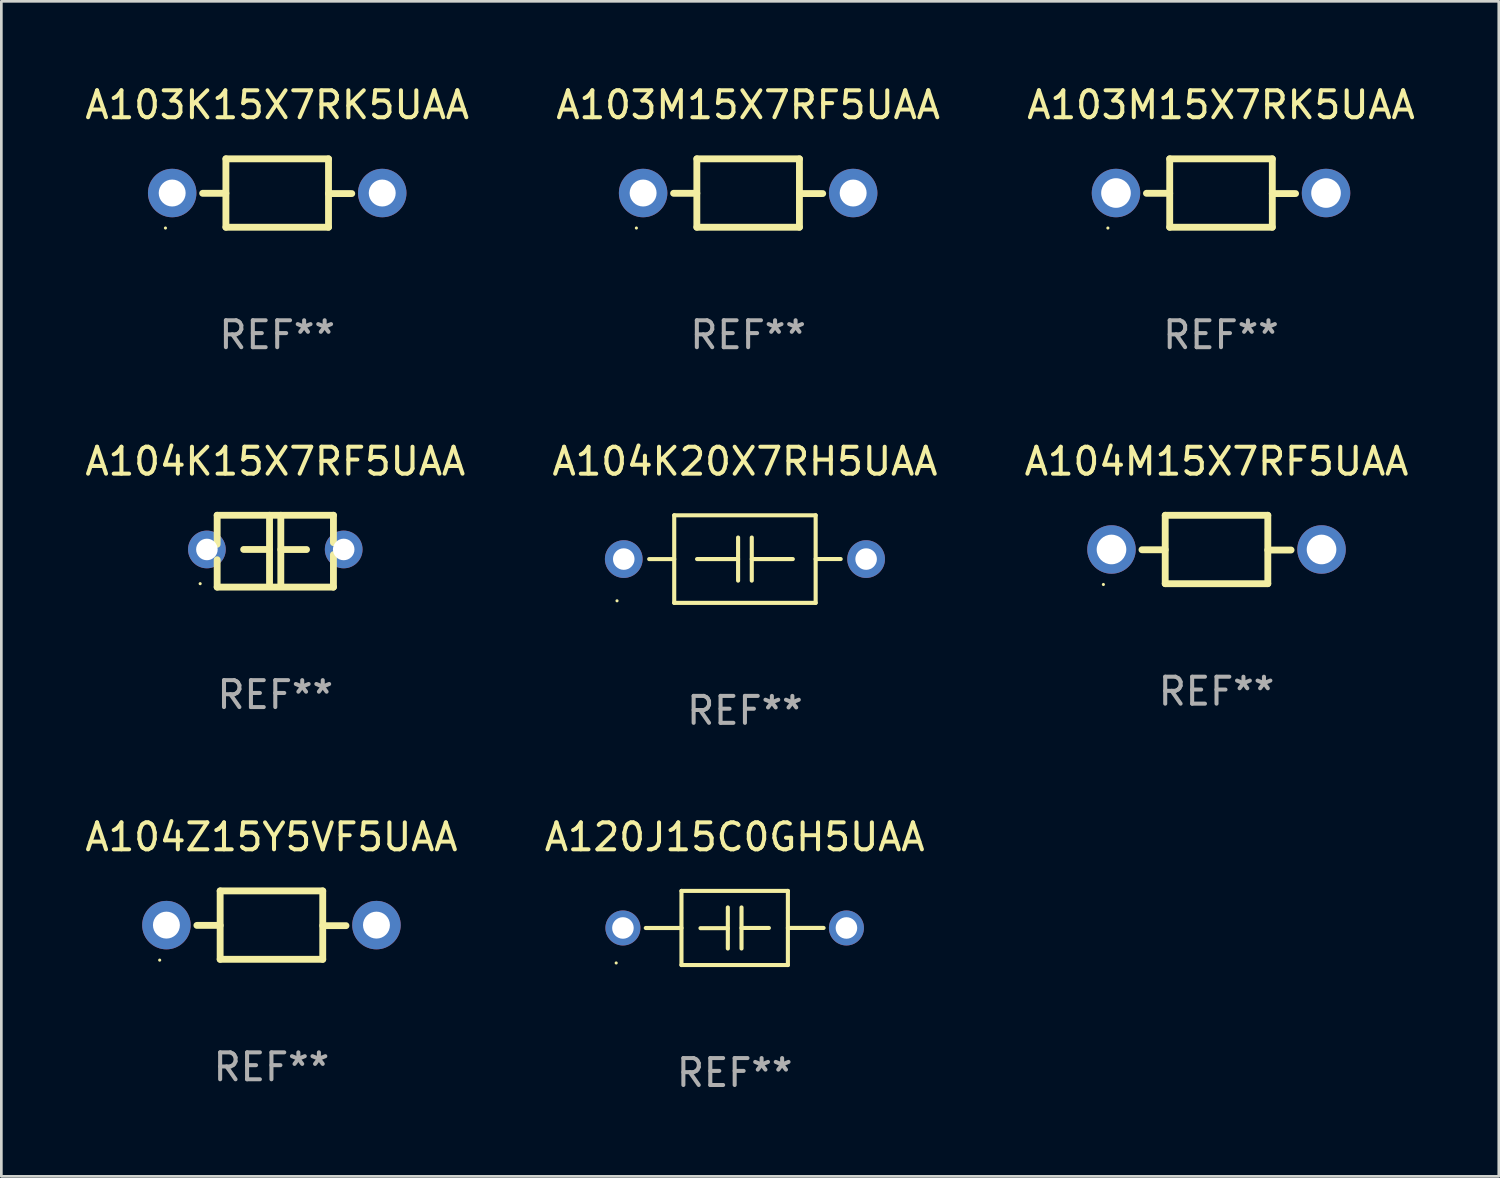
<source format=kicad_pcb>
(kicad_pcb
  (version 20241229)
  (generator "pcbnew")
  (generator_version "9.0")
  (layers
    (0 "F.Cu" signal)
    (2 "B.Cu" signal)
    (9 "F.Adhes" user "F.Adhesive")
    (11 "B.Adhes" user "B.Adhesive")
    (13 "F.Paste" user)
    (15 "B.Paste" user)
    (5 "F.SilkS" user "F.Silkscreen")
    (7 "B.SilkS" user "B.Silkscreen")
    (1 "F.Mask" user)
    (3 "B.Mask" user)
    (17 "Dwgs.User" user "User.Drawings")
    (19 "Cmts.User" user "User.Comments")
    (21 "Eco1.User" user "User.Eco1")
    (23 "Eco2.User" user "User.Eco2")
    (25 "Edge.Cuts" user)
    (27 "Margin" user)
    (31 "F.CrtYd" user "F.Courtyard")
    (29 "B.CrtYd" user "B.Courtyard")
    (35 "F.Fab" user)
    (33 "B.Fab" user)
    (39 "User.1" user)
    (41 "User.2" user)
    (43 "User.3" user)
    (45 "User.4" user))
  (footprint "A104M15X7RF5UAA"
    (layer "F.Cu")
    (at 42.125 17.355)
    (property "Reference" "A104M15X7RF5UAA" (at 0 -3.27 0) (layer "F.SilkS") (effects (font (size 1 1) (thickness 0.15))))
    (attr through_hole)
    (fp_line (start -1.905 -1.27) (end -1.905 1.27) (stroke (width 0.254) (type solid)) (layer "F.SilkS"))
    (fp_line (start -1.905 0.01) (end -2.769 0.01) (stroke (width 0.254) (type solid)) (layer "F.SilkS"))
    (fp_line (start -1.905 1.27) (end 1.905 1.27) (stroke (width 0.254) (type solid)) (layer "F.SilkS"))
    (fp_line (start 1.905 -1.27) (end -1.905 -1.27) (stroke (width 0.254) (type solid)) (layer "F.SilkS"))
    (fp_line (start 1.905 0.02) (end 2.769 0.02) (stroke (width 0.254) (type solid)) (layer "F.SilkS"))
    (fp_line (start 1.905 1.27) (end 1.905 -1.27) (stroke (width 0.254) (type solid)) (layer "F.SilkS"))
    (fp_circle (center -4.201 1.3) (end -4.171 1.3) (stroke (width 0.06) (type solid)) (fill no) (layer "F.SilkS"))
    (fp_text user "REF**" (at 0 5.27 0) (layer "F.Fab") (effects (font (size 1 1) (thickness 0.15))))
    (pad "1" thru_hole circle (at -3.9 0) (size 1.8 1.8) (drill 1.1) (layers "*.Cu" "*.Mask"))
    (pad "2" thru_hole circle (at 3.9 0) (size 1.8 1.8) (drill 1.1) (layers "*.Cu" "*.Mask")))
  (footprint "A104K20X7RH5UAA"
    (layer "F.Cu")
    (at 24.613 17.711)
    (property "Reference" "A104K20X7RH5UAA" (at 0 -3.626 0) (layer "F.SilkS") (effects (font (size 1 1) (thickness 0.15))))
    (attr through_hole)
    (fp_line (start -2.626 -1.626) (end 2.626 -1.626) (stroke (width 0.152) (type solid)) (layer "F.SilkS"))
    (fp_line (start -2.626 1.626) (end -2.626 -1.626) (stroke (width 0.152) (type solid)) (layer "F.SilkS"))
    (fp_line (start -2.626 0.001) (end -3.556 0.001) (stroke (width 0.152) (type solid)) (layer "F.SilkS"))
    (fp_line (start -0.254 -0.8) (end -0.254 0.8) (stroke (width 0.152) (type solid)) (layer "F.SilkS"))
    (fp_line (start -0.254 -0.000013) (end -1.778 -0.000013) (stroke (width 0.152) (type solid)) (layer "F.SilkS"))
    (fp_line (start 0.254 -0.000013) (end 1.778 -0.000013) (stroke (width 0.152) (type solid)) (layer "F.SilkS"))
    (fp_line (start 0.254 0.8) (end 0.254 -0.8) (stroke (width 0.152) (type solid)) (layer "F.SilkS"))
    (fp_line (start 2.626 -1.626) (end 2.626 1.626) (stroke (width 0.152) (type solid)) (layer "F.SilkS"))
    (fp_line (start 2.626 -0.001) (end 3.556 -0.001) (stroke (width 0.152) (type solid)) (layer "F.SilkS"))
    (fp_line (start 2.626 1.626) (end -2.626 1.626) (stroke (width 0.152) (type solid)) (layer "F.SilkS"))
    (fp_circle (center -4.75 1.55) (end -4.72 1.55) (stroke (width 0.06) (type solid)) (fill no) (layer "F.SilkS"))
    (fp_text user "REF**" (at 0 5.626 0) (layer "F.Fab") (effects (font (size 1 1) (thickness 0.15))))
    (pad "1" thru_hole circle (at -4.5 -0.000013) (size 1.4 1.4) (drill 0.8) (layers "*.Cu" "*.Mask"))
    (pad "2" thru_hole circle (at 4.5 -0.000013) (size 1.4 1.4) (drill 0.8) (layers "*.Cu" "*.Mask")))
  (footprint "A103M15X7RF5UAA"
    (layer "F.Cu")
    (at 24.732 4.118)
    (property "Reference" "A103M15X7RF5UAA" (at 0 -3.27 0) (layer "F.SilkS") (effects (font (size 1 1) (thickness 0.15))))
    (attr through_hole)
    (fp_line (start -1.905 -1.27) (end -1.905 1.27) (stroke (width 0.254) (type solid)) (layer "F.SilkS"))
    (fp_line (start -1.905 0.01) (end -2.769 0.01) (stroke (width 0.254) (type solid)) (layer "F.SilkS"))
    (fp_line (start -1.905 1.27) (end 1.905 1.27) (stroke (width 0.254) (type solid)) (layer "F.SilkS"))
    (fp_line (start 1.905 -1.27) (end -1.905 -1.27) (stroke (width 0.254) (type solid)) (layer "F.SilkS"))
    (fp_line (start 1.905 0.02) (end 2.769 0.02) (stroke (width 0.254) (type solid)) (layer "F.SilkS"))
    (fp_line (start 1.905 1.27) (end 1.905 -1.27) (stroke (width 0.254) (type solid)) (layer "F.SilkS"))
    (fp_circle (center -4.15 1.3) (end -4.12 1.3) (stroke (width 0.06) (type solid)) (fill no) (layer "F.SilkS"))
    (fp_text user "REF**" (at 0 5.27 0) (layer "F.Fab") (effects (font (size 1 1) (thickness 0.15))))
    (pad "1" thru_hole circle (at -3.9 0) (size 1.8 1.8) (drill 1) (layers "*.Cu" "*.Mask"))
    (pad "2" thru_hole circle (at 3.9 0) (size 1.8 1.8) (drill 1) (layers "*.Cu" "*.Mask")))
  (footprint "A104K15X7RF5UAA"
    (layer "F.Cu")
    (at 7.173 17.418)
    (property "Reference" "A104K15X7RF5UAA" (at 0 -3.334 0) (layer "F.SilkS") (effects (font (size 1 1) (thickness 0.15))))
    (attr through_hole)
    (fp_line (start -2.159 -1.334) (end 2.159 -1.334) (stroke (width 0.254) (type solid)) (layer "F.SilkS"))
    (fp_line (start -2.159 -0.256) (end -2.159 -1.334) (stroke (width 0.254) (type solid)) (layer "F.SilkS"))
    (fp_line (start -2.159 1.334) (end -2.159 0.318) (stroke (width 0.254) (type solid)) (layer "F.SilkS"))
    (fp_line (start -0.22 -0.064) (end -1.175 -0.064) (stroke (width 0.254) (type solid)) (layer "F.SilkS"))
    (fp_line (start -0.214 -1.334) (end -0.214 1.207) (stroke (width 0.254) (type solid)) (layer "F.SilkS"))
    (fp_line (start 0.205 -1.334) (end 0.205 1.207) (stroke (width 0.254) (type solid)) (layer "F.SilkS"))
    (fp_line (start 0.205 -0.061) (end 1.16 -0.061) (stroke (width 0.254) (type solid)) (layer "F.SilkS"))
    (fp_line (start 2.159 -1.334) (end 2.159 -0.318) (stroke (width 0.254) (type solid)) (layer "F.SilkS"))
    (fp_line (start 2.159 0.129) (end 2.159 1.334) (stroke (width 0.254) (type solid)) (layer "F.SilkS"))
    (fp_line (start 2.159 1.334) (end -2.159 1.334) (stroke (width 0.254) (type solid)) (layer "F.SilkS"))
    (fp_circle (center -2.79 1.207) (end -2.76 1.207) (stroke (width 0.06) (type solid)) (fill no) (layer "F.SilkS"))
    (fp_text user "REF**" (at 0 5.334 0) (layer "F.Fab") (effects (font (size 1 1) (thickness 0.15))))
    (pad "1" thru_hole circle (at -2.54 -0.064) (size 1.4 1.4) (drill 0.8) (layers "*.Cu" "*.Mask"))
    (pad "2" thru_hole circle (at 2.54 -0.064) (size 1.4 1.4) (drill 0.8) (layers "*.Cu" "*.Mask")))
  (footprint "A103K15X7RK5UAA"
    (layer "F.Cu")
    (at 7.244 4.118)
    (property "Reference" "A103K15X7RK5UAA" (at 0 -3.27 0) (layer "F.SilkS") (effects (font (size 1 1) (thickness 0.15))))
    (attr through_hole)
    (fp_line (start -1.905 -1.27) (end -1.905 1.27) (stroke (width 0.254) (type solid)) (layer "F.SilkS"))
    (fp_line (start -1.905 0.01) (end -2.769 0.01) (stroke (width 0.254) (type solid)) (layer "F.SilkS"))
    (fp_line (start -1.905 1.27) (end 1.905 1.27) (stroke (width 0.254) (type solid)) (layer "F.SilkS"))
    (fp_line (start 1.905 -1.27) (end -1.905 -1.27) (stroke (width 0.254) (type solid)) (layer "F.SilkS"))
    (fp_line (start 1.905 0.02) (end 2.769 0.02) (stroke (width 0.254) (type solid)) (layer "F.SilkS"))
    (fp_line (start 1.905 1.27) (end 1.905 -1.27) (stroke (width 0.254) (type solid)) (layer "F.SilkS"))
    (fp_circle (center -4.15 1.3) (end -4.12 1.3) (stroke (width 0.06) (type solid)) (fill no) (layer "F.SilkS"))
    (fp_text user "REF**" (at 0 5.27 0) (layer "F.Fab") (effects (font (size 1 1) (thickness 0.15))))
    (pad "1" thru_hole circle (at -3.9 0) (size 1.8 1.8) (drill 1) (layers "*.Cu" "*.Mask"))
    (pad "2" thru_hole circle (at 3.9 0) (size 1.8 1.8) (drill 1) (layers "*.Cu" "*.Mask")))
  (footprint "A104Z15Y5VF5UAA"
    (layer "F.Cu")
    (at 7.03 31.304)
    (property "Reference" "A104Z15Y5VF5UAA" (at 0 -3.27 0) (layer "F.SilkS") (effects (font (size 1 1) (thickness 0.15))))
    (attr through_hole)
    (fp_line (start -1.905 -1.27) (end -1.905 1.27) (stroke (width 0.254) (type solid)) (layer "F.SilkS"))
    (fp_line (start -1.905 0.01) (end -2.769 0.01) (stroke (width 0.254) (type solid)) (layer "F.SilkS"))
    (fp_line (start -1.905 1.27) (end 1.905 1.27) (stroke (width 0.254) (type solid)) (layer "F.SilkS"))
    (fp_line (start 1.905 -1.27) (end -1.905 -1.27) (stroke (width 0.254) (type solid)) (layer "F.SilkS"))
    (fp_line (start 1.905 0.02) (end 2.769 0.02) (stroke (width 0.254) (type solid)) (layer "F.SilkS"))
    (fp_line (start 1.905 1.27) (end 1.905 -1.27) (stroke (width 0.254) (type solid)) (layer "F.SilkS"))
    (fp_circle (center -4.15 1.3) (end -4.12 1.3) (stroke (width 0.06) (type solid)) (fill no) (layer "F.SilkS"))
    (fp_text user "REF**" (at 0 5.27 0) (layer "F.Fab") (effects (font (size 1 1) (thickness 0.15))))
    (pad "1" thru_hole circle (at -3.9 0) (size 1.8 1.8) (drill 1) (layers "*.Cu" "*.Mask"))
    (pad "2" thru_hole circle (at 3.9 0) (size 1.8 1.8) (drill 1) (layers "*.Cu" "*.Mask")))
  (footprint "A120J15C0GH5UAA"
    (layer "F.Cu")
    (at 24.232 31.41)
    (property "Reference" "A120J15C0GH5UAA" (at 0 -3.376 0) (layer "F.SilkS") (effects (font (size 1 1) (thickness 0.15))))
    (attr through_hole)
    (fp_line (start -1.976 -1.376) (end 1.976 -1.376) (stroke (width 0.152) (type solid)) (layer "F.SilkS"))
    (fp_line (start -1.976 0.001) (end -3.302 0.001) (stroke (width 0.152) (type solid)) (layer "F.SilkS"))
    (fp_line (start -1.976 1.376) (end -1.976 -1.376) (stroke (width 0.152) (type solid)) (layer "F.SilkS"))
    (fp_line (start -0.254 -0.762) (end -0.254 0.762) (stroke (width 0.152) (type solid)) (layer "F.SilkS"))
    (fp_line (start -0.254 0.007) (end -1.27 0.007) (stroke (width 0.152) (type solid)) (layer "F.SilkS"))
    (fp_line (start 0.254 -0.762) (end 0.254 0.762) (stroke (width 0.152) (type solid)) (layer "F.SilkS"))
    (fp_line (start 0.254 0) (end 1.27 0) (stroke (width 0.152) (type solid)) (layer "F.SilkS"))
    (fp_line (start 1.976 -1.376) (end 1.976 1.376) (stroke (width 0.152) (type solid)) (layer "F.SilkS"))
    (fp_line (start 1.976 -0.001) (end 3.302 -0.001) (stroke (width 0.152) (type solid)) (layer "F.SilkS"))
    (fp_line (start 1.976 1.376) (end -1.976 1.376) (stroke (width 0.152) (type solid)) (layer "F.SilkS"))
    (fp_circle (center -4.4 1.3) (end -4.37 1.3) (stroke (width 0.06) (type solid)) (fill no) (layer "F.SilkS"))
    (fp_text user "REF**" (at 0 5.376 0) (layer "F.Fab") (effects (font (size 1 1) (thickness 0.15))))
    (pad "1" thru_hole circle (at -4.15 0) (size 1.3 1.3) (drill 0.8) (layers "*.Cu" "*.Mask"))
    (pad "2" thru_hole circle (at 4.15 0) (size 1.3 1.3) (drill 0.8) (layers "*.Cu" "*.Mask")))
  (footprint "A103M15X7RK5UAA"
    (layer "F.Cu")
    (at 42.292 4.118)
    (property "Reference" "A103M15X7RK5UAA" (at 0 -3.27 0) (layer "F.SilkS") (effects (font (size 1 1) (thickness 0.15))))
    (attr through_hole)
    (fp_line (start -1.905 -1.27) (end -1.905 1.27) (stroke (width 0.254) (type solid)) (layer "F.SilkS"))
    (fp_line (start -1.905 0.01) (end -2.769 0.01) (stroke (width 0.254) (type solid)) (layer "F.SilkS"))
    (fp_line (start -1.905 1.27) (end 1.905 1.27) (stroke (width 0.254) (type solid)) (layer "F.SilkS"))
    (fp_line (start 1.905 -1.27) (end -1.905 -1.27) (stroke (width 0.254) (type solid)) (layer "F.SilkS"))
    (fp_line (start 1.905 0.02) (end 2.769 0.02) (stroke (width 0.254) (type solid)) (layer "F.SilkS"))
    (fp_line (start 1.905 1.27) (end 1.905 -1.27) (stroke (width 0.254) (type solid)) (layer "F.SilkS"))
    (fp_circle (center -4.201 1.3) (end -4.171 1.3) (stroke (width 0.06) (type solid)) (fill no) (layer "F.SilkS"))
    (fp_text user "REF**" (at 0 5.27 0) (layer "F.Fab") (effects (font (size 1 1) (thickness 0.15))))
    (pad "1" thru_hole circle (at -3.9 0) (size 1.8 1.8) (drill 1.1) (layers "*.Cu" "*.Mask"))
    (pad "2" thru_hole circle (at 3.9 0) (size 1.8 1.8) (drill 1.1) (layers "*.Cu" "*.Mask")))
  (gr_rect
    (start -3 -3)
    (end 52.607 40.634)
    (stroke (width 0.1) (type default))
    (fill no)
    (layer "Edge.Cuts")))
</source>
